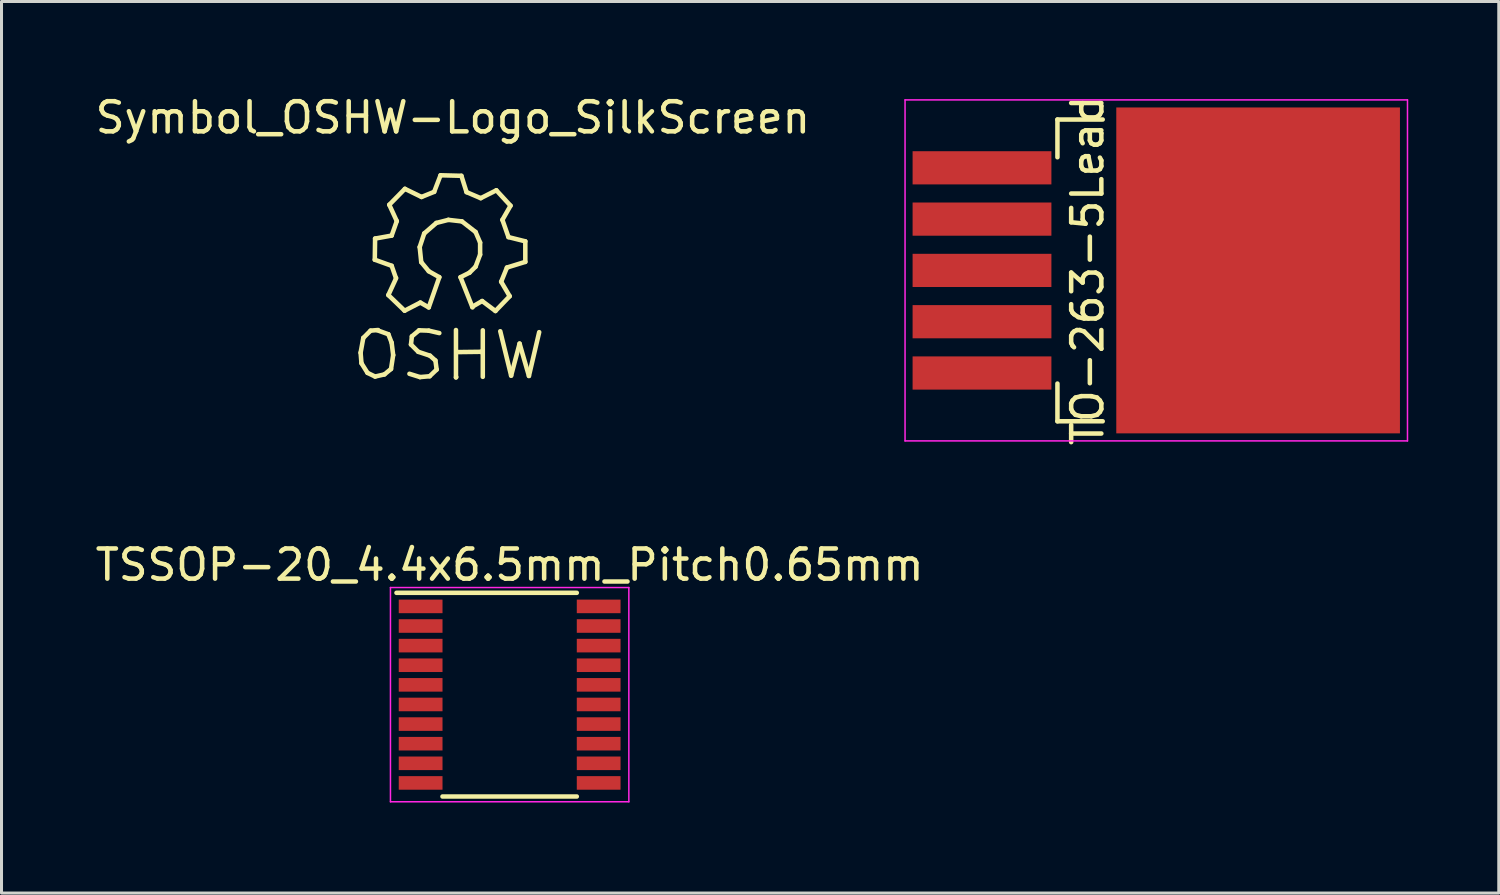
<source format=kicad_pcb>
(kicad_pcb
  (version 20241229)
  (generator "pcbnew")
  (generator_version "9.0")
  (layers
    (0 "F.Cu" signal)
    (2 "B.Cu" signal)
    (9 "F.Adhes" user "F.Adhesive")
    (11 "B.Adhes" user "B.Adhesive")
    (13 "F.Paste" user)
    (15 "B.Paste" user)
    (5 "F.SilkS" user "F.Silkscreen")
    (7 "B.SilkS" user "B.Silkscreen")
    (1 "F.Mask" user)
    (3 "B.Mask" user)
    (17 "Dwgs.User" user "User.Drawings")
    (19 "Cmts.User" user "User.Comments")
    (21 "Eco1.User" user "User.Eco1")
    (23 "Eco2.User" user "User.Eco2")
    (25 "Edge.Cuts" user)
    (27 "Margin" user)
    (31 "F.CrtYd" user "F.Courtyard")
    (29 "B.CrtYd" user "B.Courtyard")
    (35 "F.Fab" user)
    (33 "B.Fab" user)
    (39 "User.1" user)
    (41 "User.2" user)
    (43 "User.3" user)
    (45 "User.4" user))
  (footprint "TO-263-5Lead"
    (layer "F.Cu")
    (at 29.492 5.911)
    (property "Reference" "TO-263-5Lead" (at 3.5 0 90) (layer "F.SilkS") (effects (font (size 1 1) (thickness 0.15))))
    (attr smd)
    (fp_line (start 2.5 -5) (end 2.5 -3.75) (stroke (width 0.15) (type solid)) (layer "F.SilkS"))
    (fp_line (start 2.5 -5) (end 4 -5) (stroke (width 0.15) (type solid)) (layer "F.SilkS"))
    (fp_line (start 2.5 5) (end 2.5 3.75) (stroke (width 0.15) (type solid)) (layer "F.SilkS"))
    (fp_line (start 2.5 5) (end 4 5) (stroke (width 0.15) (type solid)) (layer "F.SilkS"))
    (fp_line (start -2.55 -5.65) (end -2.55 5.65) (stroke (width 0.05) (type solid)) (layer "F.CrtYd"))
    (fp_line (start 14.1 -5.65) (end -2.55 -5.65) (stroke (width 0.05) (type solid)) (layer "F.CrtYd"))
    (fp_line (start 14.1 -5.65) (end 14.1 5.65) (stroke (width 0.05) (type solid)) (layer "F.CrtYd"))
    (fp_line (start 14.1 5.65) (end -2.55 5.65) (stroke (width 0.05) (type solid)) (layer "F.CrtYd"))
    (pad "1" smd rect (at 0 -3.4) (size 4.6 1.1) (layers "F.Cu" "F.Mask" "F.Paste"))
    (pad "2" smd rect (at 0 -1.7) (size 4.6 1.1) (layers "F.Cu" "F.Mask" "F.Paste"))
    (pad "3" smd rect (at 0 0) (size 4.6 1.1) (layers "F.Cu" "F.Mask" "F.Paste"))
    (pad "3" smd rect (at 9.15 0) (size 9.4 10.8) (layers "F.Cu" "F.Mask" "F.Paste"))
    (pad "4" smd rect (at 0 1.7) (size 4.6 1.1) (layers "F.Cu" "F.Mask" "F.Paste"))
    (pad "5" smd rect (at 0 3.4) (size 4.6 1.1) (layers "F.Cu" "F.Mask" "F.Paste")))
  (footprint "TSSOP-20_4.4x6.5mm_Pitch0.65mm"
    (layer "F.Cu")
    (at 13.839 19.97)
    (property "Reference" "TSSOP-20_4.4x6.5mm_Pitch0.65mm" (at 0 -4.3 0) (layer "F.SilkS") (effects (font (size 1 1) (thickness 0.15))))
    (attr smd)
    (fp_line (start -3.75 -3.375) (end 2.225 -3.375) (stroke (width 0.15) (type solid)) (layer "F.SilkS"))
    (fp_line (start -2.225 3.375) (end 2.225 3.375) (stroke (width 0.15) (type solid)) (layer "F.SilkS"))
    (fp_line (start -3.95 -3.55) (end -3.95 3.55) (stroke (width 0.05) (type solid)) (layer "F.CrtYd"))
    (fp_line (start -3.95 -3.55) (end 3.95 -3.55) (stroke (width 0.05) (type solid)) (layer "F.CrtYd"))
    (fp_line (start -3.95 3.55) (end 3.95 3.55) (stroke (width 0.05) (type solid)) (layer "F.CrtYd"))
    (fp_line (start 3.95 -3.55) (end 3.95 3.55) (stroke (width 0.05) (type solid)) (layer "F.CrtYd"))
    (pad "1" smd rect (at -2.95 -2.925) (size 1.45 0.45) (layers "F.Cu" "F.Mask" "F.Paste"))
    (pad "2" smd rect (at -2.95 -2.275) (size 1.45 0.45) (layers "F.Cu" "F.Mask" "F.Paste"))
    (pad "3" smd rect (at -2.95 -1.625) (size 1.45 0.45) (layers "F.Cu" "F.Mask" "F.Paste"))
    (pad "4" smd rect (at -2.95 -0.975) (size 1.45 0.45) (layers "F.Cu" "F.Mask" "F.Paste"))
    (pad "5" smd rect (at -2.95 -0.325) (size 1.45 0.45) (layers "F.Cu" "F.Mask" "F.Paste"))
    (pad "6" smd rect (at -2.95 0.325) (size 1.45 0.45) (layers "F.Cu" "F.Mask" "F.Paste"))
    (pad "7" smd rect (at -2.95 0.975) (size 1.45 0.45) (layers "F.Cu" "F.Mask" "F.Paste"))
    (pad "8" smd rect (at -2.95 1.625) (size 1.45 0.45) (layers "F.Cu" "F.Mask" "F.Paste"))
    (pad "9" smd rect (at -2.95 2.275) (size 1.45 0.45) (layers "F.Cu" "F.Mask" "F.Paste"))
    (pad "10" smd rect (at -2.95 2.925) (size 1.45 0.45) (layers "F.Cu" "F.Mask" "F.Paste"))
    (pad "11" smd rect (at 2.95 2.925) (size 1.45 0.45) (layers "F.Cu" "F.Mask" "F.Paste"))
    (pad "12" smd rect (at 2.95 2.275) (size 1.45 0.45) (layers "F.Cu" "F.Mask" "F.Paste"))
    (pad "13" smd rect (at 2.95 1.625) (size 1.45 0.45) (layers "F.Cu" "F.Mask" "F.Paste"))
    (pad "14" smd rect (at 2.95 0.975) (size 1.45 0.45) (layers "F.Cu" "F.Mask" "F.Paste"))
    (pad "15" smd rect (at 2.95 0.325) (size 1.45 0.45) (layers "F.Cu" "F.Mask" "F.Paste"))
    (pad "16" smd rect (at 2.95 -0.325) (size 1.45 0.45) (layers "F.Cu" "F.Mask" "F.Paste"))
    (pad "17" smd rect (at 2.95 -0.975) (size 1.45 0.45) (layers "F.Cu" "F.Mask" "F.Paste"))
    (pad "18" smd rect (at 2.95 -1.625) (size 1.45 0.45) (layers "F.Cu" "F.Mask" "F.Paste"))
    (pad "19" smd rect (at 2.95 -2.275) (size 1.45 0.45) (layers "F.Cu" "F.Mask" "F.Paste"))
    (pad "20" smd rect (at 2.95 -2.925) (size 1.45 0.45) (layers "F.Cu" "F.Mask" "F.Paste")))
  (footprint "Symbol_OSHW-Logo_SilkScreen"
    (layer "F.Cu")
    (at 11.859 5.237)
    (property "Reference" "Symbol_OSHW-Logo_SilkScreen" (at 0.099 -4.389 0) (layer "F.SilkS") (effects (font (size 1 1) (thickness 0.15))))
    (attr through_hole)
    (fp_line (start -2.959 3.401) (end -2.931 3.749) (stroke (width 0.15) (type solid)) (layer "F.SilkS"))
    (fp_line (start -2.931 3.749) (end -2.731 4.069) (stroke (width 0.15) (type solid)) (layer "F.SilkS"))
    (fp_line (start -2.87 2.911) (end -2.959 3.401) (stroke (width 0.15) (type solid)) (layer "F.SilkS"))
    (fp_line (start -2.731 4.069) (end -2.479 4.191) (stroke (width 0.15) (type solid)) (layer "F.SilkS"))
    (fp_line (start -2.629 2.67) (end -2.87 2.911) (stroke (width 0.15) (type solid)) (layer "F.SilkS"))
    (fp_line (start -2.489 0.32) (end -1.93 0.521) (stroke (width 0.15) (type solid)) (layer "F.SilkS"))
    (fp_line (start -2.479 -0.381) (end -2.489 0.32) (stroke (width 0.15) (type solid)) (layer "F.SilkS"))
    (fp_line (start -2.479 4.191) (end -2.169 4.12) (stroke (width 0.15) (type solid)) (layer "F.SilkS"))
    (fp_line (start -2.38 2.649) (end -2.629 2.67) (stroke (width 0.15) (type solid)) (layer "F.SilkS"))
    (fp_line (start -2.169 4.12) (end -1.951 3.94) (stroke (width 0.15) (type solid)) (layer "F.SilkS"))
    (fp_line (start -2.04 1.491) (end -1.501 2.009) (stroke (width 0.15) (type solid)) (layer "F.SilkS"))
    (fp_line (start -2.04 2.789) (end -2.4 2.659) (stroke (width 0.15) (type solid)) (layer "F.SilkS"))
    (fp_line (start -2.009 -1.501) (end -1.76 -0.96) (stroke (width 0.15) (type solid)) (layer "F.SilkS"))
    (fp_line (start -1.951 3.94) (end -1.88 3.48) (stroke (width 0.15) (type solid)) (layer "F.SilkS"))
    (fp_line (start -1.93 -0.48) (end -2.479 -0.381) (stroke (width 0.15) (type solid)) (layer "F.SilkS"))
    (fp_line (start -1.93 0.521) (end -1.791 0.919) (stroke (width 0.15) (type solid)) (layer "F.SilkS"))
    (fp_line (start -1.93 3.071) (end -2.04 2.789) (stroke (width 0.15) (type solid)) (layer "F.SilkS"))
    (fp_line (start -1.88 3.48) (end -1.93 3.071) (stroke (width 0.15) (type solid)) (layer "F.SilkS"))
    (fp_line (start -1.781 0.93) (end -2.04 1.491) (stroke (width 0.15) (type solid)) (layer "F.SilkS"))
    (fp_line (start -1.76 -0.96) (end -1.93 -0.48) (stroke (width 0.15) (type solid)) (layer "F.SilkS"))
    (fp_line (start -1.501 2.009) (end -0.98 1.74) (stroke (width 0.15) (type solid)) (layer "F.SilkS"))
    (fp_line (start -1.491 -2.029) (end -2.009 -1.501) (stroke (width 0.15) (type solid)) (layer "F.SilkS"))
    (fp_line (start -1.29 3.129) (end -1.049 3.371) (stroke (width 0.15) (type solid)) (layer "F.SilkS"))
    (fp_line (start -1.26 2.86) (end -1.29 3.129) (stroke (width 0.15) (type solid)) (layer "F.SilkS"))
    (fp_line (start -1.049 3.371) (end -0.66 3.5) (stroke (width 0.15) (type solid)) (layer "F.SilkS"))
    (fp_line (start -1.021 2.659) (end -1.26 2.86) (stroke (width 0.15) (type solid)) (layer "F.SilkS"))
    (fp_line (start -1.001 -0.099) (end -0.95 0.399) (stroke (width 0.15) (type solid)) (layer "F.SilkS"))
    (fp_line (start -0.991 4.209) (end -1.341 4.1) (stroke (width 0.15) (type solid)) (layer "F.SilkS"))
    (fp_line (start -0.98 1.74) (end -0.701 1.9) (stroke (width 0.15) (type solid)) (layer "F.SilkS"))
    (fp_line (start -0.95 0.399) (end -0.701 0.701) (stroke (width 0.15) (type solid)) (layer "F.SilkS"))
    (fp_line (start -0.94 -1.76) (end -1.491 -2.029) (stroke (width 0.15) (type solid)) (layer "F.SilkS"))
    (fp_line (start -0.851 -0.551) (end -1.001 -0.099) (stroke (width 0.15) (type solid)) (layer "F.SilkS"))
    (fp_line (start -0.701 0.701) (end -0.351 0.899) (stroke (width 0.15) (type solid)) (layer "F.SilkS"))
    (fp_line (start -0.701 2.67) (end -1.021 2.659) (stroke (width 0.15) (type solid)) (layer "F.SilkS"))
    (fp_line (start -0.671 4.181) (end -0.991 4.209) (stroke (width 0.15) (type solid)) (layer "F.SilkS"))
    (fp_line (start -0.66 3.5) (end -0.48 3.66) (stroke (width 0.15) (type solid)) (layer "F.SilkS"))
    (fp_line (start -0.521 -1.93) (end -0.94 -1.76) (stroke (width 0.15) (type solid)) (layer "F.SilkS"))
    (fp_line (start -0.48 3.66) (end -0.439 3.96) (stroke (width 0.15) (type solid)) (layer "F.SilkS"))
    (fp_line (start -0.45 -0.899) (end -0.851 -0.551) (stroke (width 0.15) (type solid)) (layer "F.SilkS"))
    (fp_line (start -0.439 3.96) (end -0.671 4.181) (stroke (width 0.15) (type solid)) (layer "F.SilkS"))
    (fp_line (start -0.351 0.899) (end -0.701 1.9) (stroke (width 0.15) (type solid)) (layer "F.SilkS"))
    (fp_line (start -0.351 2.751) (end -0.701 2.67) (stroke (width 0.15) (type solid)) (layer "F.SilkS"))
    (fp_line (start -0.31 -2.479) (end -0.521 -1.93) (stroke (width 0.15) (type solid)) (layer "F.SilkS"))
    (fp_line (start -0.051 -1.001) (end -0.45 -0.899) (stroke (width 0.15) (type solid)) (layer "F.SilkS"))
    (fp_line (start 0.201 2.649) (end 0.201 4.219) (stroke (width 0.15) (type solid)) (layer "F.SilkS"))
    (fp_line (start 0.201 4.219) (end 0.211 4.209) (stroke (width 0.15) (type solid)) (layer "F.SilkS"))
    (fp_line (start 0.249 3.381) (end 1.039 3.371) (stroke (width 0.15) (type solid)) (layer "F.SilkS"))
    (fp_line (start 0.351 0.899) (end 0.65 0.749) (stroke (width 0.15) (type solid)) (layer "F.SilkS"))
    (fp_line (start 0.351 0.899) (end 0.749 1.9) (stroke (width 0.15) (type solid)) (layer "F.SilkS"))
    (fp_line (start 0.381 -2.461) (end -0.31 -2.479) (stroke (width 0.15) (type solid)) (layer "F.SilkS"))
    (fp_line (start 0.399 -0.95) (end -0.051 -1.001) (stroke (width 0.15) (type solid)) (layer "F.SilkS"))
    (fp_line (start 0.551 -1.92) (end 0.381 -2.461) (stroke (width 0.15) (type solid)) (layer "F.SilkS"))
    (fp_line (start 0.65 0.749) (end 0.851 0.551) (stroke (width 0.15) (type solid)) (layer "F.SilkS"))
    (fp_line (start 0.739 1.88) (end 1.069 1.689) (stroke (width 0.15) (type solid)) (layer "F.SilkS"))
    (fp_line (start 0.851 -0.599) (end 0.399 -0.95) (stroke (width 0.15) (type solid)) (layer "F.SilkS"))
    (fp_line (start 0.851 0.551) (end 1.001 0.15) (stroke (width 0.15) (type solid)) (layer "F.SilkS"))
    (fp_line (start 1.001 -0.249) (end 0.851 -0.599) (stroke (width 0.15) (type solid)) (layer "F.SilkS"))
    (fp_line (start 1.001 0.15) (end 1.001 -0.249) (stroke (width 0.15) (type solid)) (layer "F.SilkS"))
    (fp_line (start 1.021 -1.72) (end 0.551 -1.92) (stroke (width 0.15) (type solid)) (layer "F.SilkS"))
    (fp_line (start 1.039 3.371) (end 1.049 3.381) (stroke (width 0.15) (type solid)) (layer "F.SilkS"))
    (fp_line (start 1.049 3.381) (end 1.049 3.371) (stroke (width 0.15) (type solid)) (layer "F.SilkS"))
    (fp_line (start 1.069 1.689) (end 1.509 2.019) (stroke (width 0.15) (type solid)) (layer "F.SilkS"))
    (fp_line (start 1.09 2.659) (end 1.09 4.201) (stroke (width 0.15) (type solid)) (layer "F.SilkS"))
    (fp_line (start 1.509 2.019) (end 1.981 1.529) (stroke (width 0.15) (type solid)) (layer "F.SilkS"))
    (fp_line (start 1.539 -1.981) (end 1.021 -1.72) (stroke (width 0.15) (type solid)) (layer "F.SilkS"))
    (fp_line (start 1.669 2.69) (end 2.029 4.161) (stroke (width 0.15) (type solid)) (layer "F.SilkS"))
    (fp_line (start 1.699 1.049) (end 1.89 0.579) (stroke (width 0.15) (type solid)) (layer "F.SilkS"))
    (fp_line (start 1.74 -1.001) (end 2.009 -1.471) (stroke (width 0.15) (type solid)) (layer "F.SilkS"))
    (fp_line (start 1.89 0.579) (end 2.499 0.391) (stroke (width 0.15) (type solid)) (layer "F.SilkS"))
    (fp_line (start 1.941 -0.429) (end 1.74 -1.001) (stroke (width 0.15) (type solid)) (layer "F.SilkS"))
    (fp_line (start 1.981 1.529) (end 1.699 1.049) (stroke (width 0.15) (type solid)) (layer "F.SilkS"))
    (fp_line (start 2.009 -1.471) (end 1.539 -1.981) (stroke (width 0.15) (type solid)) (layer "F.SilkS"))
    (fp_line (start 2.029 4.161) (end 2.309 3.099) (stroke (width 0.15) (type solid)) (layer "F.SilkS"))
    (fp_line (start 2.309 3.099) (end 2.619 4.171) (stroke (width 0.15) (type solid)) (layer "F.SilkS"))
    (fp_line (start 2.499 -0.29) (end 1.941 -0.429) (stroke (width 0.15) (type solid)) (layer "F.SilkS"))
    (fp_line (start 2.499 0.391) (end 2.499 -0.29) (stroke (width 0.15) (type solid)) (layer "F.SilkS"))
    (fp_line (start 2.619 4.171) (end 2.959 2.72) (stroke (width 0.15) (type solid)) (layer "F.SilkS")))
  (gr_rect
    (start -3 -3)
    (end 46.617 26.545)
    (stroke (width 0.1) (type default))
    (fill no)
    (layer "Edge.Cuts")))
</source>
